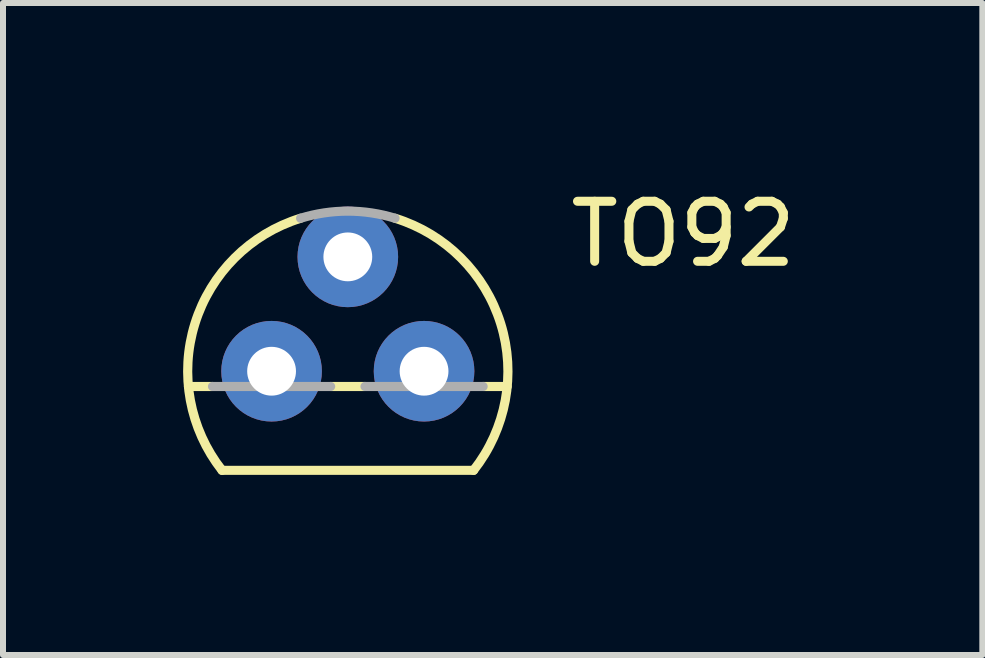
<source format=kicad_pcb>
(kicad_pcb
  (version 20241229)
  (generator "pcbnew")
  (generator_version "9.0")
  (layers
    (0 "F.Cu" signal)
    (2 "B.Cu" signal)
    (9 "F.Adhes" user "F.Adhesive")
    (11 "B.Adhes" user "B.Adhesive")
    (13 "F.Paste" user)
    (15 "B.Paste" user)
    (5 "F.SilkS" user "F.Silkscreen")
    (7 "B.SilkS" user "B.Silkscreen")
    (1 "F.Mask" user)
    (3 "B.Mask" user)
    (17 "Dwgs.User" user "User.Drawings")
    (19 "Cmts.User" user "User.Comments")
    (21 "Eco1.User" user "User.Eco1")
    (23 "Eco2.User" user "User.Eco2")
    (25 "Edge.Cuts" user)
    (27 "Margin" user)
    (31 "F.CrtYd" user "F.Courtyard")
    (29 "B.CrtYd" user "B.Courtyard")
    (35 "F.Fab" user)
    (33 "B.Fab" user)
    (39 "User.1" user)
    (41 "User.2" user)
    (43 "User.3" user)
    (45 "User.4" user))
  (footprint "TO92"
    (layer "F.Cu")
    (at 2.744 3.134)
    (property "Reference" "TO92" (at 5.588 -2.286 0) (layer "F.SilkS") (effects (font (size 1 1) (thickness 0.15))))
    (attr through_hole)
    (fp_line (start -2.655 0.254) (end -2.254 0.254) (stroke (width 0.152) (type solid)) (layer "F.SilkS"))
    (fp_line (start -2.095 1.651) (end 2.095 1.651) (stroke (width 0.152) (type solid)) (layer "F.SilkS"))
    (fp_line (start -0.286 0.254) (end 0.286 0.254) (stroke (width 0.152) (type solid)) (layer "F.SilkS"))
    (fp_line (start 2.254 0.254) (end 2.655 0.254) (stroke (width 0.152) (type solid)) (layer "F.SilkS"))
    (fp_arc (start -2.095001 1.650999) (mid -2.546802 -0.79317) (end -0.7869 -2.5484) (stroke (width 0.1524) (type solid)) (layer "F.SilkS"))
    (fp_arc (start 0.786901 -2.5484) (mid 2.546803 -0.793169) (end 2.095 1.651) (stroke (width 0.1524) (type solid)) (layer "F.SilkS"))
    (fp_line (start -2.254 0.254) (end -0.286 0.254) (stroke (width 0.152) (type solid)) (layer "F.Fab"))
    (fp_line (start 0.286 0.254) (end 2.254 0.254) (stroke (width 0.152) (type solid)) (layer "F.Fab"))
    (fp_arc (start -0.7864 -2.5484) (mid 0 -2.666977) (end 0.7864 -2.5484) (stroke (width 0.1524) (type solid)) (layer "F.Fab"))
    (pad "1" thru_hole circle (at -1.27 0) (size 1.676 1.676) (drill 0.813) (layers "*.Cu" "*.Mask"))
    (pad "2" thru_hole circle (at 0 -1.905) (size 1.676 1.676) (drill 0.813) (layers "*.Cu" "*.Mask"))
    (pad "3" thru_hole circle (at 1.27 0) (size 1.676 1.676) (drill 0.813) (layers "*.Cu" "*.Mask")))
  (gr_rect
    (start -3 -3)
    (end 13.314 7.861)
    (stroke (width 0.1) (type default))
    (fill no)
    (layer "Edge.Cuts")))
</source>
